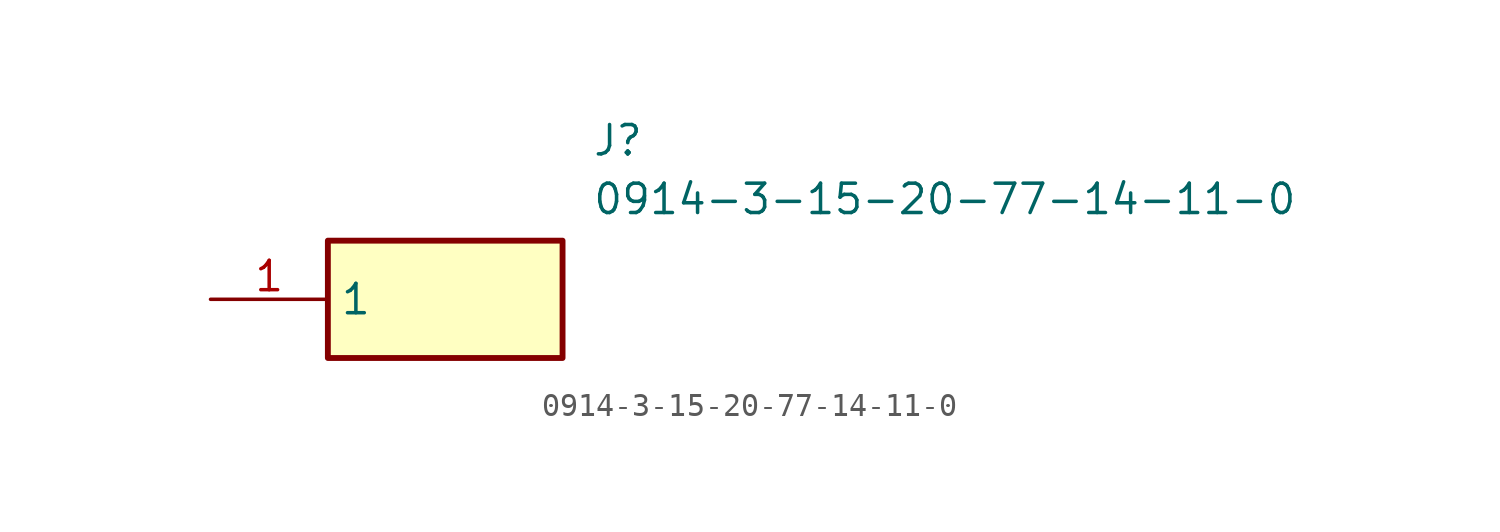
<source format=kicad_sym>
(kicad_symbol_lib
  (version 20211014)
  (generator SamacSys_ECAD_Model)
  (symbol "0914-3-15-20-77-14-11-0"
    (property "Reference" "J"
      (at 16.51 7.62 0)
      (effects (font (size 1.27 1.27)) (justify left top)))
    (property "Value" "0914-3-15-20-77-14-11-0"
      (at 16.51 5.08 0)
      (effects (font (size 1.27 1.27)) (justify left top)))
    (rectangle
      (start 5.08 2.54)
      (end 15.24 -2.54)
      (stroke (width 0.254) (type default))
      (fill (type background)))
    (pin passive line
      (at 0 0 0)
      (length 5.08)
      (name "1" (effects (font (size 1.27 1.27))))
      (number "1" (effects (font (size 1.27 1.27)))))))
</source>
